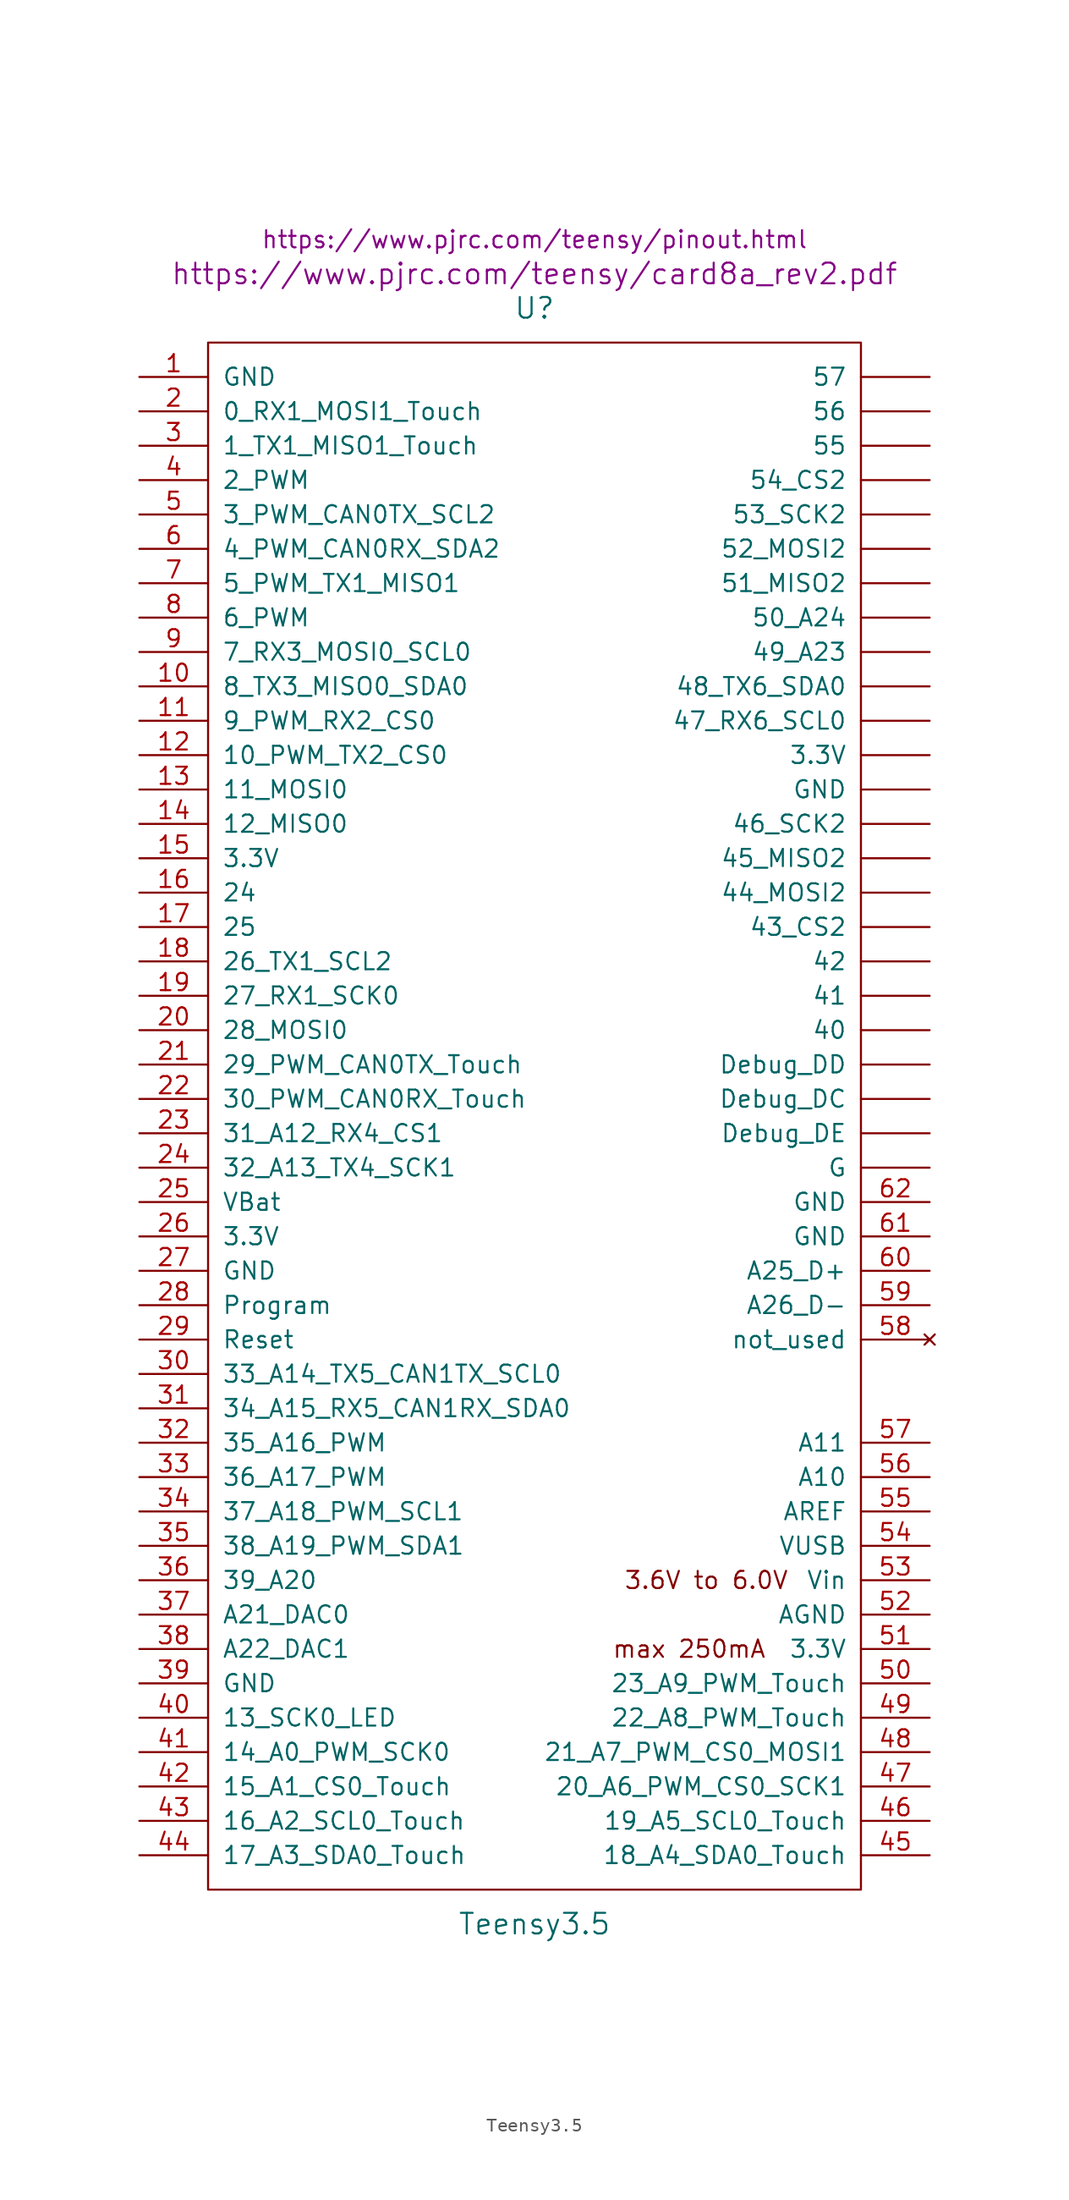
<source format=kicad_sym>
(kicad_symbol_lib
  (version 20220914)
  (generator kicad_symbol_editor)
  (symbol "Teensy3.5"
    (pin_names
      (offset 1.016))
    (property "Reference" "U"
      (at 0 59.69 0)
      (effects (font (size 1.524 1.524))))
    (property "Value" "Teensy3.5"
      (at 0 -59.69 0)
      (effects (font (size 1.524 1.524))))
    (property "Footprint" ""
      (at -2.54 57.15 0)
      (effects (font (size 1.524 1.524))))
    (property "Datasheet" "https://www.pjrc.com/teensy/card8a_rev2.pdf"
      (at 0 62.23 0)
      (effects (font (size 1.524 1.524))))
    (property "Pinouts" "https://www.pjrc.com/teensy/pinout.html"
      (at 0 64.77 0)
      (effects (font (size 1.27 1.27))))
    (symbol "Teensy3.5_0_0"
      (text "3.6V to 6.0V" (at 12.7 -34.29 0) (effects (font (size 1.27 1.27))))
      (text "max 250mA" (at 11.43 -39.37 0) (effects (font (size 1.27 1.27)))))
    (symbol "Teensy3.5_0_1"
      (rectangle (start -24.13 57.15) (end 24.13 -57.15) (stroke (width 0) (type solid)) (fill (type none))))
    (symbol "Teensy3.5_1_1"
      (pin power_in line (at -29.21 54.61 0) (length 5.08) (name "GND" (effects (font (size 1.27 1.27)))) (number "1" (effects (font (size 1.27 1.27)))))
      (pin bidirectional line (at -29.21 31.75 0) (length 5.08) (name "8_TX3_MISO0_SDA0" (effects (font (size 1.27 1.27)))) (number "10" (effects (font (size 1.27 1.27)))))
      (pin bidirectional line (at -29.21 29.21 0) (length 5.08) (name "9_PWM_RX2_CS0" (effects (font (size 1.27 1.27)))) (number "11" (effects (font (size 1.27 1.27)))))
      (pin bidirectional line (at -29.21 26.67 0) (length 5.08) (name "10_PWM_TX2_CS0" (effects (font (size 1.27 1.27)))) (number "12" (effects (font (size 1.27 1.27)))))
      (pin bidirectional line (at -29.21 24.13 0) (length 5.08) (name "11_MOSI0" (effects (font (size 1.27 1.27)))) (number "13" (effects (font (size 1.27 1.27)))))
      (pin bidirectional line (at -29.21 21.59 0) (length 5.08) (name "12_MISO0" (effects (font (size 1.27 1.27)))) (number "14" (effects (font (size 1.27 1.27)))))
      (pin power_out line (at -29.21 19.05 0) (length 5.08) (name "3.3V" (effects (font (size 1.27 1.27)))) (number "15" (effects (font (size 1.27 1.27)))))
      (pin bidirectional line (at -29.21 16.51 0) (length 5.08) (name "24" (effects (font (size 1.27 1.27)))) (number "16" (effects (font (size 1.27 1.27)))))
      (pin bidirectional line (at -29.21 13.97 0) (length 5.08) (name "25" (effects (font (size 1.27 1.27)))) (number "17" (effects (font (size 1.27 1.27)))))
      (pin bidirectional line (at -29.21 11.43 0) (length 5.08) (name "26_TX1_SCL2" (effects (font (size 1.27 1.27)))) (number "18" (effects (font (size 1.27 1.27)))))
      (pin bidirectional line (at -29.21 8.89 0) (length 5.08) (name "27_RX1_SCK0" (effects (font (size 1.27 1.27)))) (number "19" (effects (font (size 1.27 1.27)))))
      (pin bidirectional line (at -29.21 52.07 0) (length 5.08) (name "0_RX1_MOSI1_Touch" (effects (font (size 1.27 1.27)))) (number "2" (effects (font (size 1.27 1.27)))))
      (pin bidirectional line (at -29.21 6.35 0) (length 5.08) (name "28_MOSI0" (effects (font (size 1.27 1.27)))) (number "20" (effects (font (size 1.27 1.27)))))
      (pin bidirectional line (at -29.21 3.81 0) (length 5.08) (name "29_PWM_CAN0TX_Touch" (effects (font (size 1.27 1.27)))) (number "21" (effects (font (size 1.27 1.27)))))
      (pin bidirectional line (at -29.21 1.27 0) (length 5.08) (name "30_PWM_CAN0RX_Touch" (effects (font (size 1.27 1.27)))) (number "22" (effects (font (size 1.27 1.27)))))
      (pin bidirectional line (at -29.21 -1.27 0) (length 5.08) (name "31_A12_RX4_CS1" (effects (font (size 1.27 1.27)))) (number "23" (effects (font (size 1.27 1.27)))))
      (pin bidirectional line (at -29.21 -3.81 0) (length 5.08) (name "32_A13_TX4_SCK1" (effects (font (size 1.27 1.27)))) (number "24" (effects (font (size 1.27 1.27)))))
      (pin power_in line (at -29.21 -6.35 0) (length 5.08) (name "VBat" (effects (font (size 1.27 1.27)))) (number "25" (effects (font (size 1.27 1.27)))))
      (pin power_in line (at -29.21 -8.89 0) (length 5.08) (name "3.3V" (effects (font (size 1.27 1.27)))) (number "26" (effects (font (size 1.27 1.27)))))
      (pin power_in line (at -29.21 -11.43 0) (length 5.08) (name "GND" (effects (font (size 1.27 1.27)))) (number "27" (effects (font (size 1.27 1.27)))))
      (pin input line (at -29.21 -13.97 0) (length 5.08) (name "Program" (effects (font (size 1.27 1.27)))) (number "28" (effects (font (size 1.27 1.27)))))
      (pin input line (at -29.21 -16.51 0) (length 5.08) (name "Reset" (effects (font (size 1.27 1.27)))) (number "29" (effects (font (size 1.27 1.27)))))
      (pin bidirectional line (at -29.21 49.53 0) (length 5.08) (name "1_TX1_MISO1_Touch" (effects (font (size 1.27 1.27)))) (number "3" (effects (font (size 1.27 1.27)))))
      (pin bidirectional line (at -29.21 -19.05 0) (length 5.08) (name "33_A14_TX5_CAN1TX_SCL0" (effects (font (size 1.27 1.27)))) (number "30" (effects (font (size 1.27 1.27)))))
      (pin bidirectional line (at -29.21 -21.59 0) (length 5.08) (name "34_A15_RX5_CAN1RX_SDA0" (effects (font (size 1.27 1.27)))) (number "31" (effects (font (size 1.27 1.27)))))
      (pin bidirectional line (at -29.21 -24.13 0) (length 5.08) (name "35_A16_PWM" (effects (font (size 1.27 1.27)))) (number "32" (effects (font (size 1.27 1.27)))))
      (pin bidirectional line (at -29.21 -26.67 0) (length 5.08) (name "36_A17_PWM" (effects (font (size 1.27 1.27)))) (number "33" (effects (font (size 1.27 1.27)))))
      (pin bidirectional line (at -29.21 -29.21 0) (length 5.08) (name "37_A18_PWM_SCL1" (effects (font (size 1.27 1.27)))) (number "34" (effects (font (size 1.27 1.27)))))
      (pin bidirectional line (at -29.21 -31.75 0) (length 5.08) (name "38_A19_PWM_SDA1" (effects (font (size 1.27 1.27)))) (number "35" (effects (font (size 1.27 1.27)))))
      (pin bidirectional line (at -29.21 -34.29 0) (length 5.08) (name "39_A20" (effects (font (size 1.27 1.27)))) (number "36" (effects (font (size 1.27 1.27)))))
      (pin bidirectional line (at -29.21 -36.83 0) (length 5.08) (name "A21_DAC0" (effects (font (size 1.27 1.27)))) (number "37" (effects (font (size 1.27 1.27)))))
      (pin bidirectional line (at -29.21 -39.37 0) (length 5.08) (name "A22_DAC1" (effects (font (size 1.27 1.27)))) (number "38" (effects (font (size 1.27 1.27)))))
      (pin power_in line (at -29.21 -41.91 0) (length 5.08) (name "GND" (effects (font (size 1.27 1.27)))) (number "39" (effects (font (size 1.27 1.27)))))
      (pin bidirectional line (at -29.21 46.99 0) (length 5.08) (name "2_PWM" (effects (font (size 1.27 1.27)))) (number "4" (effects (font (size 1.27 1.27)))))
      (pin bidirectional line (at -29.21 -44.45 0) (length 5.08) (name "13_SCK0_LED" (effects (font (size 1.27 1.27)))) (number "40" (effects (font (size 1.27 1.27)))))
      (pin bidirectional line (at -29.21 -46.99 0) (length 5.08) (name "14_A0_PWM_SCK0" (effects (font (size 1.27 1.27)))) (number "41" (effects (font (size 1.27 1.27)))))
      (pin bidirectional line (at -29.21 -49.53 0) (length 5.08) (name "15_A1_CS0_Touch" (effects (font (size 1.27 1.27)))) (number "42" (effects (font (size 1.27 1.27)))))
      (pin bidirectional line (at -29.21 -52.07 0) (length 5.08) (name "16_A2_SCL0_Touch" (effects (font (size 1.27 1.27)))) (number "43" (effects (font (size 1.27 1.27)))))
      (pin bidirectional line (at -29.21 -54.61 0) (length 5.08) (name "17_A3_SDA0_Touch" (effects (font (size 1.27 1.27)))) (number "44" (effects (font (size 1.27 1.27)))))
      (pin bidirectional line (at 29.21 -54.61 180) (length 5.08) (name "18_A4_SDA0_Touch" (effects (font (size 1.27 1.27)))) (number "45" (effects (font (size 1.27 1.27)))))
      (pin bidirectional line (at 29.21 -52.07 180) (length 5.08) (name "19_A5_SCL0_Touch" (effects (font (size 1.27 1.27)))) (number "46" (effects (font (size 1.27 1.27)))))
      (pin bidirectional line (at 29.21 -49.53 180) (length 5.08) (name "20_A6_PWM_CS0_SCK1" (effects (font (size 1.27 1.27)))) (number "47" (effects (font (size 1.27 1.27)))))
      (pin bidirectional line (at 29.21 -46.99 180) (length 5.08) (name "21_A7_PWM_CS0_MOSI1" (effects (font (size 1.27 1.27)))) (number "48" (effects (font (size 1.27 1.27)))))
      (pin bidirectional line (at 29.21 -44.45 180) (length 5.08) (name "22_A8_PWM_Touch" (effects (font (size 1.27 1.27)))) (number "49" (effects (font (size 1.27 1.27)))))
      (pin bidirectional line (at -29.21 44.45 0) (length 5.08) (name "3_PWM_CAN0TX_SCL2" (effects (font (size 1.27 1.27)))) (number "5" (effects (font (size 1.27 1.27)))))
      (pin bidirectional line (at 29.21 -41.91 180) (length 5.08) (name "23_A9_PWM_Touch" (effects (font (size 1.27 1.27)))) (number "50" (effects (font (size 1.27 1.27)))))
      (pin power_out line (at 29.21 -39.37 180) (length 5.08) (name "3.3V" (effects (font (size 1.27 1.27)))) (number "51" (effects (font (size 1.27 1.27)))))
      (pin power_out line (at 29.21 -36.83 180) (length 5.08) (name "AGND" (effects (font (size 1.27 1.27)))) (number "52" (effects (font (size 1.27 1.27)))))
      (pin power_in line (at 29.21 -34.29 180) (length 5.08) (name "Vin" (effects (font (size 1.27 1.27)))) (number "53" (effects (font (size 1.27 1.27)))))
      (pin power_in line (at 29.21 -31.75 180) (length 5.08) (name "VUSB" (effects (font (size 1.27 1.27)))) (number "54" (effects (font (size 1.27 1.27)))))
      (pin input line (at 29.21 -29.21 180) (length 5.08) (name "AREF" (effects (font (size 1.27 1.27)))) (number "55" (effects (font (size 1.27 1.27)))))
      (pin bidirectional line (at 29.21 -26.67 180) (length 5.08) (name "A10" (effects (font (size 1.27 1.27)))) (number "56" (effects (font (size 1.27 1.27)))))
      (pin bidirectional line (at 29.21 -24.13 180) (length 5.08) (name "A11" (effects (font (size 1.27 1.27)))) (number "57" (effects (font (size 1.27 1.27)))))
      (pin no_connect line (at 29.21 -16.51 180) (length 5.08) (name "not_used" (effects (font (size 1.27 1.27)))) (number "58" (effects (font (size 1.27 1.27)))))
      (pin bidirectional line (at 29.21 -13.97 180) (length 5.08) (name "A26_D-" (effects (font (size 1.27 1.27)))) (number "59" (effects (font (size 1.27 1.27)))))
      (pin bidirectional line (at -29.21 41.91 0) (length 5.08) (name "4_PWM_CAN0RX_SDA2" (effects (font (size 1.27 1.27)))) (number "6" (effects (font (size 1.27 1.27)))))
      (pin bidirectional line (at 29.21 -11.43 180) (length 5.08) (name "A25_D+" (effects (font (size 1.27 1.27)))) (number "60" (effects (font (size 1.27 1.27)))))
      (pin power_in line (at 29.21 -8.89 180) (length 5.08) (name "GND" (effects (font (size 1.27 1.27)))) (number "61" (effects (font (size 1.27 1.27)))))
      (pin power_in line (at 29.21 -6.35 180) (length 5.08) (name "GND" (effects (font (size 1.27 1.27)))) (number "62" (effects (font (size 1.27 1.27)))))
      (pin bidirectional line (at -29.21 39.37 0) (length 5.08) (name "5_PWM_TX1_MISO1" (effects (font (size 1.27 1.27)))) (number "7" (effects (font (size 1.27 1.27)))))
      (pin bidirectional line (at -29.21 36.83 0) (length 5.08) (name "6_PWM" (effects (font (size 1.27 1.27)))) (number "8" (effects (font (size 1.27 1.27)))))
      (pin bidirectional line (at -29.21 34.29 0) (length 5.08) (name "7_RX3_MOSI0_SCL0" (effects (font (size 1.27 1.27)))) (number "9" (effects (font (size 1.27 1.27)))))
      (pin power_in line (at 29.21 26.67 180) (length 5.08) (name "3.3V" (effects (font (size 1.27 1.27)))) (number "~" (effects (font (size 1.27 1.27)))))
      (pin bidirectional line (at 29.21 6.35 180) (length 5.08) (name "40" (effects (font (size 1.27 1.27)))) (number "~" (effects (font (size 1.27 1.27)))))
      (pin bidirectional line (at 29.21 8.89 180) (length 5.08) (name "41" (effects (font (size 1.27 1.27)))) (number "~" (effects (font (size 1.27 1.27)))))
      (pin bidirectional line (at 29.21 11.43 180) (length 5.08) (name "42" (effects (font (size 1.27 1.27)))) (number "~" (effects (font (size 1.27 1.27)))))
      (pin bidirectional line (at 29.21 13.97 180) (length 5.08) (name "43_CS2" (effects (font (size 1.27 1.27)))) (number "~" (effects (font (size 1.27 1.27)))))
      (pin bidirectional line (at 29.21 16.51 180) (length 5.08) (name "44_MOSI2" (effects (font (size 1.27 1.27)))) (number "~" (effects (font (size 1.27 1.27)))))
      (pin bidirectional line (at 29.21 19.05 180) (length 5.08) (name "45_MISO2" (effects (font (size 1.27 1.27)))) (number "~" (effects (font (size 1.27 1.27)))))
      (pin bidirectional line (at 29.21 21.59 180) (length 5.08) (name "46_SCK2" (effects (font (size 1.27 1.27)))) (number "~" (effects (font (size 1.27 1.27)))))
      (pin bidirectional line (at 29.21 29.21 180) (length 5.08) (name "47_RX6_SCL0" (effects (font (size 1.27 1.27)))) (number "~" (effects (font (size 1.27 1.27)))))
      (pin bidirectional line (at 29.21 31.75 180) (length 5.08) (name "48_TX6_SDA0" (effects (font (size 1.27 1.27)))) (number "~" (effects (font (size 1.27 1.27)))))
      (pin bidirectional line (at 29.21 34.29 180) (length 5.08) (name "49_A23" (effects (font (size 1.27 1.27)))) (number "~" (effects (font (size 1.27 1.27)))))
      (pin bidirectional line (at 29.21 36.83 180) (length 5.08) (name "50_A24" (effects (font (size 1.27 1.27)))) (number "~" (effects (font (size 1.27 1.27)))))
      (pin bidirectional line (at 29.21 39.37 180) (length 5.08) (name "51_MISO2" (effects (font (size 1.27 1.27)))) (number "~" (effects (font (size 1.27 1.27)))))
      (pin bidirectional line (at 29.21 41.91 180) (length 5.08) (name "52_MOSI2" (effects (font (size 1.27 1.27)))) (number "~" (effects (font (size 1.27 1.27)))))
      (pin bidirectional line (at 29.21 44.45 180) (length 5.08) (name "53_SCK2" (effects (font (size 1.27 1.27)))) (number "~" (effects (font (size 1.27 1.27)))))
      (pin bidirectional line (at 29.21 46.99 180) (length 5.08) (name "54_CS2" (effects (font (size 1.27 1.27)))) (number "~" (effects (font (size 1.27 1.27)))))
      (pin bidirectional line (at 29.21 49.53 180) (length 5.08) (name "55" (effects (font (size 1.27 1.27)))) (number "~" (effects (font (size 1.27 1.27)))))
      (pin bidirectional line (at 29.21 52.07 180) (length 5.08) (name "56" (effects (font (size 1.27 1.27)))) (number "~" (effects (font (size 1.27 1.27)))))
      (pin bidirectional line (at 29.21 54.61 180) (length 5.08) (name "57" (effects (font (size 1.27 1.27)))) (number "~" (effects (font (size 1.27 1.27)))))
      (pin input line (at 29.21 1.27 180) (length 5.08) (name "Debug_DC" (effects (font (size 1.27 1.27)))) (number "~" (effects (font (size 1.27 1.27)))))
      (pin input line (at 29.21 3.81 180) (length 5.08) (name "Debug_DD" (effects (font (size 1.27 1.27)))) (number "~" (effects (font (size 1.27 1.27)))))
      (pin input line (at 29.21 -1.27 180) (length 5.08) (name "Debug_DE" (effects (font (size 1.27 1.27)))) (number "~" (effects (font (size 1.27 1.27)))))
      (pin power_in line (at 29.21 -3.81 180) (length 5.08) (name "G" (effects (font (size 1.27 1.27)))) (number "~" (effects (font (size 1.27 1.27)))))
      (pin power_in line (at 29.21 24.13 180) (length 5.08) (name "GND" (effects (font (size 1.27 1.27)))) (number "~" (effects (font (size 1.27 1.27))))))))
</source>
